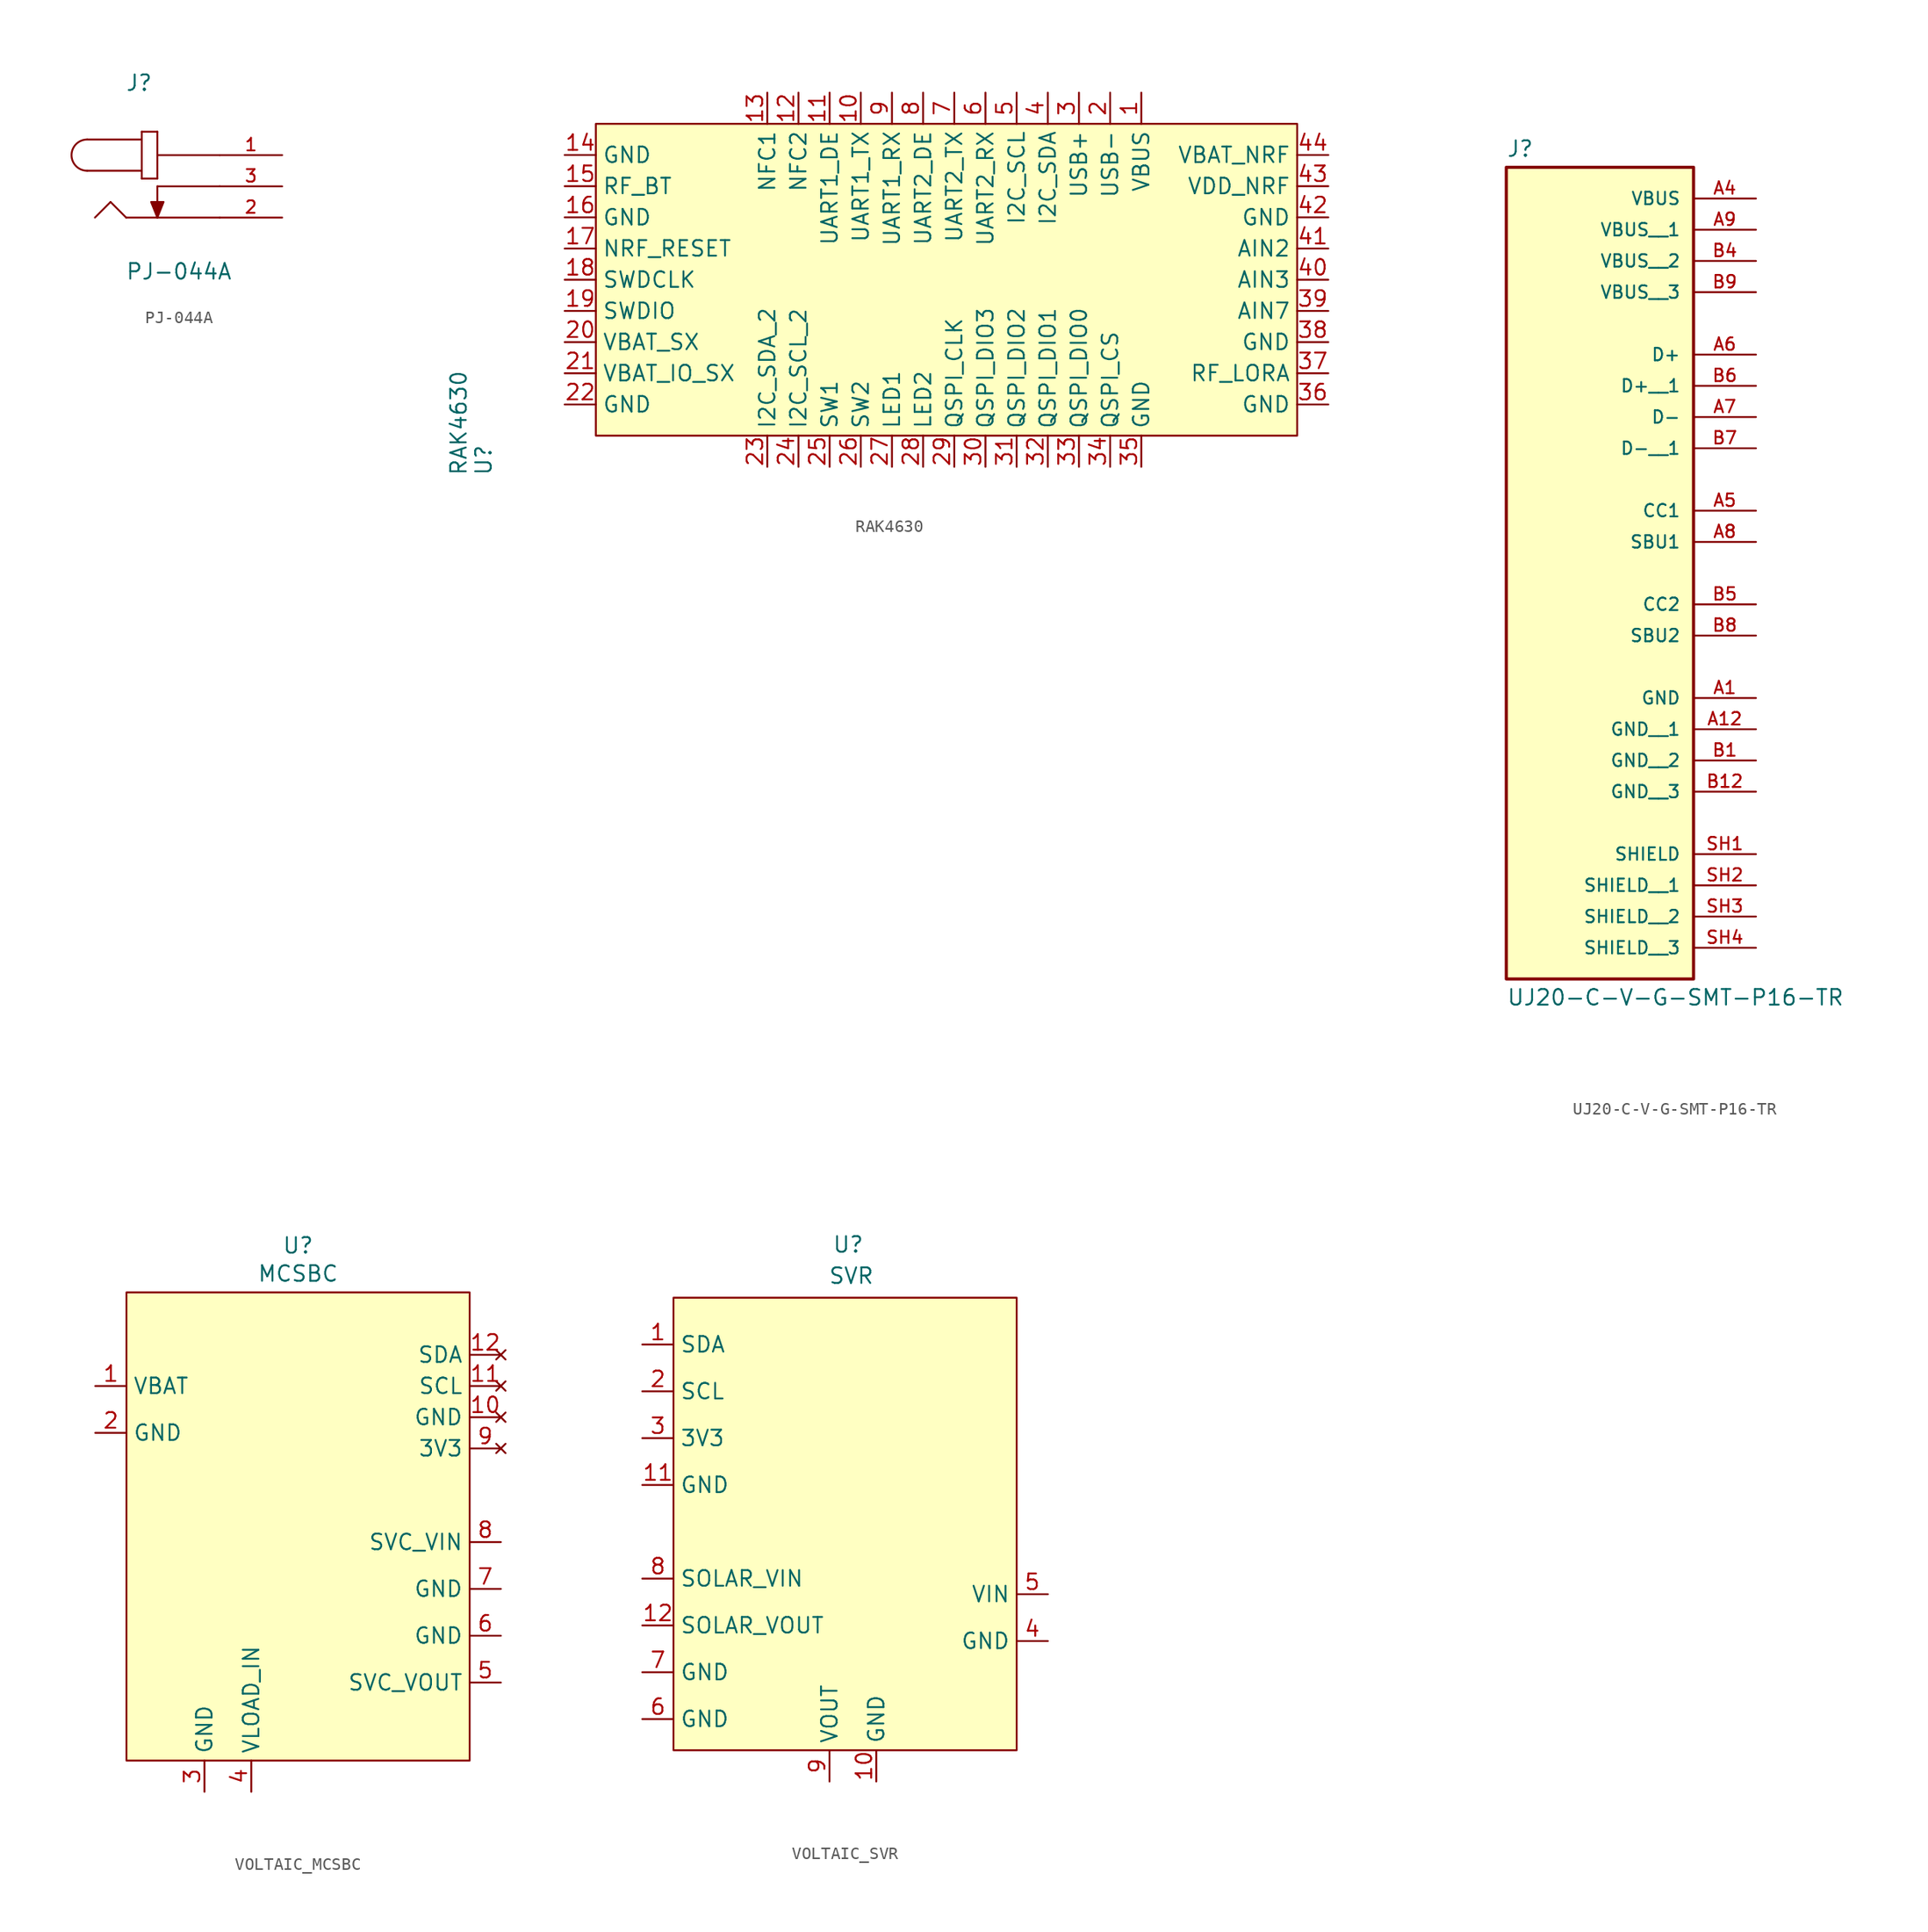
<source format=kicad_sym>
(kicad_symbol_lib
  (version 20241209)
  (generator "kicad_symbol_editor")
  (generator_version "9.0")
  (symbol "PJ-044A"
    (pin_names
      (offset 1.016))
    (property "Reference" "J"
      (at -2.612 7.675 0)
      (effects (font (size 1.27 1.27)) (justify left bottom)))
    (property "Value" "PJ-044A"
      (at -2.607 -7.674 0)
      (effects (font (size 1.27 1.27)) (justify left bottom)))
    (symbol "PJ-044A_0_0"
      (polyline (pts (xy -5.715 3.81) (xy -1.27 3.81)) (stroke (width 0.152) (type default)) (fill (type none)))
      (arc (start -5.715 1.27) (mid -6.9794 2.54) (end -5.715 3.81) (stroke (width 0.1524) (type default)) (fill (type none)))
      (polyline (pts (xy -3.81 -1.27) (xy -5.08 -2.54)) (stroke (width 0.152) (type default)) (fill (type none)))
      (polyline (pts (xy -2.54 -2.54) (xy -3.81 -1.27)) (stroke (width 0.152) (type default)) (fill (type none)))
      (polyline (pts (xy -1.27 4.445) (xy -1.27 3.81)) (stroke (width 0.152) (type default)) (fill (type none)))
      (polyline (pts (xy -1.27 3.81) (xy -1.27 1.27)) (stroke (width 0.152) (type default)) (fill (type none)))
      (polyline (pts (xy -1.27 1.27) (xy -5.715 1.27)) (stroke (width 0.152) (type default)) (fill (type none)))
      (polyline (pts (xy -1.27 1.27) (xy -1.27 0.635)) (stroke (width 0.152) (type default)) (fill (type none)))
      (polyline (pts (xy -1.27 0.635) (xy 0 0.635)) (stroke (width 0.152) (type default)) (fill (type none)))
      (polyline (pts (xy 0 4.445) (xy -1.27 4.445)) (stroke (width 0.152) (type default)) (fill (type none)))
      (polyline (pts (xy 0 2.54) (xy 5.08 2.54)) (stroke (width 0.152) (type default)) (fill (type none)))
      (polyline (pts (xy 0 0.635) (xy 0 4.445)) (stroke (width 0.152) (type default)) (fill (type none)))
      (polyline (pts (xy 0 0) (xy 0 -2.54)) (stroke (width 0.152) (type default)) (fill (type none)))
      (polyline (pts (xy 0 0) (xy 5.08 0)) (stroke (width 0.152) (type default)) (fill (type none)))
      (polyline (pts (xy 0 -2.54) (xy -0.508 -1.27) (xy 0.508 -1.27) (xy 0 -2.54)) (stroke (width 0.152) (type default)) (fill (type outline)))
      (polyline (pts (xy 5.08 -2.54) (xy -2.54 -2.54)) (stroke (width 0.152) (type default)) (fill (type none)))
      (pin passive line (at 10.16 2.54 180) (length 5.08) (name "~" (effects (font (size 1.016 1.016)))) (number "1" (effects (font (size 1.016 1.016)))))
      (pin passive line (at 10.16 0 180) (length 5.08) (name "~" (effects (font (size 1.016 1.016)))) (number "3" (effects (font (size 1.016 1.016)))))
      (pin passive line (at 10.16 -2.54 180) (length 5.08) (name "~" (effects (font (size 1.016 1.016)))) (number "2" (effects (font (size 1.016 1.016)))))))
  (symbol "RAK4630"
    (property "Reference" "U"
      (at -38.354 -16.002 90)
      (effects (font (size 1.27 1.27)) (justify left)))
    (property "Value" "RAK4630"
      (at -40.386 -16.002 90)
      (effects (font (size 1.27 1.27)) (justify left)))
    (symbol "RAK4630_0_1"
      (rectangle (start -29.21 12.7) (end 27.94 -12.7) (stroke (width 0) (type default)) (fill (type background))))
    (symbol "RAK4630_1_0"
      (pin power_in line (at -31.75 10.16 0) (length 2.54) (name "GND" (effects (font (size 1.27 1.27)))) (number "14" (effects (font (size 1.27 1.27)))))
      (pin power_in line (at -31.75 5.08 0) (length 2.54) (name "GND" (effects (font (size 1.27 1.27)))) (number "16" (effects (font (size 1.27 1.27)))))
      (pin bidirectional line (at -31.75 2.54 0) (length 2.54) (name "NRF_RESET" (effects (font (size 1.27 1.27)))) (number "17" (effects (font (size 1.27 1.27)))))
      (pin bidirectional line (at -31.75 -2.54 0) (length 2.54) (name "SWDIO" (effects (font (size 1.27 1.27)))) (number "19" (effects (font (size 1.27 1.27)))))
      (pin power_in line (at -31.75 -5.08 0) (length 2.54) (name "VBAT_SX" (effects (font (size 1.27 1.27)))) (number "20" (effects (font (size 1.27 1.27)))))
      (pin power_in line (at -31.75 -7.62 0) (length 2.54) (name "VBAT_IO_SX" (effects (font (size 1.27 1.27)))) (number "21" (effects (font (size 1.27 1.27)))))
      (pin power_in line (at -31.75 -10.16 0) (length 2.54) (name "GND" (effects (font (size 1.27 1.27)))) (number "22" (effects (font (size 1.27 1.27)))))
      (pin bidirectional line (at -12.7 15.24 270) (length 2.54) (name "NFC2" (effects (font (size 1.27 1.27)))) (number "12" (effects (font (size 1.27 1.27)))))
      (pin bidirectional line (at -12.7 -15.24 90) (length 2.54) (name "I2C_SCL_2" (effects (font (size 1.27 1.27)))) (number "24" (effects (font (size 1.27 1.27)))))
      (pin bidirectional line (at -10.16 15.24 270) (length 2.54) (name "UART1_DE" (effects (font (size 1.27 1.27)))) (number "11" (effects (font (size 1.27 1.27)))))
      (pin bidirectional line (at -10.16 -15.24 90) (length 2.54) (name "SW1" (effects (font (size 1.27 1.27)))) (number "25" (effects (font (size 1.27 1.27)))))
      (pin bidirectional line (at -7.62 15.24 270) (length 2.54) (name "UART1_TX" (effects (font (size 1.27 1.27)))) (number "10" (effects (font (size 1.27 1.27)))))
      (pin bidirectional line (at -7.62 -15.24 90) (length 2.54) (name "SW2" (effects (font (size 1.27 1.27)))) (number "26" (effects (font (size 1.27 1.27)))))
      (pin bidirectional line (at -2.54 15.24 270) (length 2.54) (name "UART2_DE" (effects (font (size 1.27 1.27)))) (number "8" (effects (font (size 1.27 1.27)))))
      (pin bidirectional line (at -2.54 -15.24 90) (length 2.54) (name "LED2" (effects (font (size 1.27 1.27)))) (number "28" (effects (font (size 1.27 1.27)))))
      (pin bidirectional line (at 0 15.24 270) (length 2.54) (name "UART2_TX" (effects (font (size 1.27 1.27)))) (number "7" (effects (font (size 1.27 1.27)))))
      (pin bidirectional line (at 0 -15.24 90) (length 2.54) (name "QSPI_CLK" (effects (font (size 1.27 1.27)))) (number "29" (effects (font (size 1.27 1.27)))))
      (pin bidirectional line (at 2.54 15.24 270) (length 2.54) (name "UART2_RX" (effects (font (size 1.27 1.27)))) (number "6" (effects (font (size 1.27 1.27)))))
      (pin bidirectional line (at 2.54 -15.24 90) (length 2.54) (name "QSPI_DIO3" (effects (font (size 1.27 1.27)))) (number "30" (effects (font (size 1.27 1.27)))))
      (pin bidirectional line (at 7.62 15.24 270) (length 2.54) (name "I2C_SDA" (effects (font (size 1.27 1.27)))) (number "4" (effects (font (size 1.27 1.27)))))
      (pin bidirectional line (at 7.62 -15.24 90) (length 2.54) (name "QSPI_DIO1" (effects (font (size 1.27 1.27)))) (number "32" (effects (font (size 1.27 1.27)))))
      (pin bidirectional line (at 10.16 15.24 270) (length 2.54) (name "USB+" (effects (font (size 1.27 1.27)))) (number "3" (effects (font (size 1.27 1.27)))))
      (pin bidirectional line (at 10.16 -15.24 90) (length 2.54) (name "QSPI_DIO0" (effects (font (size 1.27 1.27)))) (number "33" (effects (font (size 1.27 1.27)))))
      (pin bidirectional line (at 12.7 15.24 270) (length 2.54) (name "USB-" (effects (font (size 1.27 1.27)))) (number "2" (effects (font (size 1.27 1.27)))))
      (pin bidirectional line (at 12.7 -15.24 90) (length 2.54) (name "QSPI_CS" (effects (font (size 1.27 1.27)))) (number "34" (effects (font (size 1.27 1.27)))))
      (pin passive line (at 15.24 15.24 270) (length 2.54) (name "VBUS" (effects (font (size 1.27 1.27)))) (number "1" (effects (font (size 1.27 1.27)))))
      (pin power_in line (at 15.24 -15.24 90) (length 2.54) (name "GND" (effects (font (size 1.27 1.27)))) (number "35" (effects (font (size 1.27 1.27)))))
      (pin passive line (at 30.48 10.16 180) (length 2.54) (name "VBAT_NRF" (effects (font (size 1.27 1.27)))) (number "44" (effects (font (size 1.27 1.27)))))
      (pin power_in line (at 30.48 5.08 180) (length 2.54) (name "GND" (effects (font (size 1.27 1.27)))) (number "42" (effects (font (size 1.27 1.27)))))
      (pin bidirectional line (at 30.48 2.54 180) (length 2.54) (name "AIN2" (effects (font (size 1.27 1.27)))) (number "41" (effects (font (size 1.27 1.27)))))
      (pin bidirectional line (at 30.48 -2.54 180) (length 2.54) (name "AIN7" (effects (font (size 1.27 1.27)))) (number "39" (effects (font (size 1.27 1.27)))))
      (pin power_in line (at 30.48 -5.08 180) (length 2.54) (name "GND" (effects (font (size 1.27 1.27)))) (number "38" (effects (font (size 1.27 1.27)))))
      (pin bidirectional line (at 30.48 -7.62 180) (length 2.54) (name "RF_LORA" (effects (font (size 1.27 1.27)))) (number "37" (effects (font (size 1.27 1.27)))))
      (pin power_in line (at 30.48 -10.16 180) (length 2.54) (name "GND" (effects (font (size 1.27 1.27)))) (number "36" (effects (font (size 1.27 1.27))))))
    (symbol "RAK4630_1_1"
      (pin bidirectional line (at -31.75 7.62 0) (length 2.54) (name "RF_BT" (effects (font (size 1.27 1.27)))) (number "15" (effects (font (size 1.27 1.27)))))
      (pin bidirectional line (at -31.75 0 0) (length 2.54) (name "SWDCLK" (effects (font (size 1.27 1.27)))) (number "18" (effects (font (size 1.27 1.27)))))
      (pin bidirectional line (at -15.24 15.24 270) (length 2.54) (name "NFC1" (effects (font (size 1.27 1.27)))) (number "13" (effects (font (size 1.27 1.27)))))
      (pin bidirectional line (at -15.24 -15.24 90) (length 2.54) (name "I2C_SDA_2" (effects (font (size 1.27 1.27)))) (number "23" (effects (font (size 1.27 1.27)))))
      (pin bidirectional line (at -5.08 15.24 270) (length 2.54) (name "UART1_RX" (effects (font (size 1.27 1.27)))) (number "9" (effects (font (size 1.27 1.27)))))
      (pin bidirectional line (at -5.08 -15.24 90) (length 2.54) (name "LED1" (effects (font (size 1.27 1.27)))) (number "27" (effects (font (size 1.27 1.27)))))
      (pin bidirectional line (at 5.08 15.24 270) (length 2.54) (name "I2C_SCL" (effects (font (size 1.27 1.27)))) (number "5" (effects (font (size 1.27 1.27)))))
      (pin bidirectional line (at 5.08 -15.24 90) (length 2.54) (name "QSPI_DIO2" (effects (font (size 1.27 1.27)))) (number "31" (effects (font (size 1.27 1.27)))))
      (pin passive line (at 30.48 7.62 180) (length 2.54) (name "VDD_NRF" (effects (font (size 1.27 1.27)))) (number "43" (effects (font (size 1.27 1.27)))))
      (pin bidirectional line (at 30.48 0 180) (length 2.54) (name "AIN3" (effects (font (size 1.27 1.27)))) (number "40" (effects (font (size 1.27 1.27)))))))
  (symbol "UJ20-C-V-G-SMT-P16-TR"
    (pin_names
      (offset 1.016))
    (property "Reference" "J"
      (at -7.62 18.542 0)
      (effects (font (size 1.27 1.27)) (justify left bottom)))
    (property "Value" "UJ20-C-V-G-SMT-P16-TR"
      (at -7.62 -49.022 0)
      (effects (font (size 1.27 1.27)) (justify left top)))
    (symbol "UJ20-C-V-G-SMT-P16-TR_0_0"
      (rectangle (start -7.62 -48.26) (end 7.62 17.78) (stroke (width 0.254) (type default)) (fill (type background)))
      (pin power_in line (at 12.7 15.24 180) (length 5.08) (name "VBUS" (effects (font (size 1.016 1.016)))) (number "A4" (effects (font (size 1.016 1.016)))))
      (pin power_in line (at 12.7 12.7 180) (length 5.08) (name "VBUS__1" (effects (font (size 1.016 1.016)))) (number "A9" (effects (font (size 1.016 1.016)))))
      (pin power_in line (at 12.7 10.16 180) (length 5.08) (name "VBUS__2" (effects (font (size 1.016 1.016)))) (number "B4" (effects (font (size 1.016 1.016)))))
      (pin power_in line (at 12.7 7.62 180) (length 5.08) (name "VBUS__3" (effects (font (size 1.016 1.016)))) (number "B9" (effects (font (size 1.016 1.016)))))
      (pin passive line (at 12.7 2.54 180) (length 5.08) (name "D+" (effects (font (size 1.016 1.016)))) (number "A6" (effects (font (size 1.016 1.016)))))
      (pin passive line (at 12.7 0 180) (length 5.08) (name "D+__1" (effects (font (size 1.016 1.016)))) (number "B6" (effects (font (size 1.016 1.016)))))
      (pin passive line (at 12.7 -2.54 180) (length 5.08) (name "D-" (effects (font (size 1.016 1.016)))) (number "A7" (effects (font (size 1.016 1.016)))))
      (pin passive line (at 12.7 -5.08 180) (length 5.08) (name "D-__1" (effects (font (size 1.016 1.016)))) (number "B7" (effects (font (size 1.016 1.016)))))
      (pin passive line (at 12.7 -10.16 180) (length 5.08) (name "CC1" (effects (font (size 1.016 1.016)))) (number "A5" (effects (font (size 1.016 1.016)))))
      (pin passive line (at 12.7 -12.7 180) (length 5.08) (name "SBU1" (effects (font (size 1.016 1.016)))) (number "A8" (effects (font (size 1.016 1.016)))))
      (pin passive line (at 12.7 -17.78 180) (length 5.08) (name "CC2" (effects (font (size 1.016 1.016)))) (number "B5" (effects (font (size 1.016 1.016)))))
      (pin passive line (at 12.7 -20.32 180) (length 5.08) (name "SBU2" (effects (font (size 1.016 1.016)))) (number "B8" (effects (font (size 1.016 1.016)))))
      (pin power_in line (at 12.7 -25.4 180) (length 5.08) (name "GND" (effects (font (size 1.016 1.016)))) (number "A1" (effects (font (size 1.016 1.016)))))
      (pin power_in line (at 12.7 -27.94 180) (length 5.08) (name "GND__1" (effects (font (size 1.016 1.016)))) (number "A12" (effects (font (size 1.016 1.016)))))
      (pin power_in line (at 12.7 -30.48 180) (length 5.08) (name "GND__2" (effects (font (size 1.016 1.016)))) (number "B1" (effects (font (size 1.016 1.016)))))
      (pin power_in line (at 12.7 -33.02 180) (length 5.08) (name "GND__3" (effects (font (size 1.016 1.016)))) (number "B12" (effects (font (size 1.016 1.016)))))
      (pin passive line (at 12.7 -38.1 180) (length 5.08) (name "SHIELD" (effects (font (size 1.016 1.016)))) (number "SH1" (effects (font (size 1.016 1.016)))))
      (pin passive line (at 12.7 -40.64 180) (length 5.08) (name "SHIELD__1" (effects (font (size 1.016 1.016)))) (number "SH2" (effects (font (size 1.016 1.016)))))
      (pin passive line (at 12.7 -43.18 180) (length 5.08) (name "SHIELD__2" (effects (font (size 1.016 1.016)))) (number "SH3" (effects (font (size 1.016 1.016)))))
      (pin passive line (at 12.7 -45.72 180) (length 5.08) (name "SHIELD__3" (effects (font (size 1.016 1.016)))) (number "SH4" (effects (font (size 1.016 1.016)))))))
  (symbol "VOLTAIC_MCSBC"
    (property "Reference" "U"
      (at 13.97 3.81 0)
      (effects (font (size 1.27 1.27))))
    (property "Value" "MCSBC"
      (at 13.97 1.524 0)
      (effects (font (size 1.27 1.27))))
    (symbol "VOLTAIC_MCSBC_0_1"
      (rectangle (start 0 0) (end 27.94 -38.1) (stroke (width 0) (type default)) (fill (type background))))
    (symbol "VOLTAIC_MCSBC_1_0"
      (pin no_connect line (at 30.48 -5.08 180) (length 2.54) (name "SDA" (effects (font (size 1.27 1.27)))) (number "12" (effects (font (size 1.27 1.27)))))
      (pin no_connect line (at 30.48 -7.62 180) (length 2.54) (name "SCL" (effects (font (size 1.27 1.27)))) (number "11" (effects (font (size 1.27 1.27)))))
      (pin no_connect line (at 30.48 -12.7 180) (length 2.54) (name "3V3" (effects (font (size 1.27 1.27)))) (number "9" (effects (font (size 1.27 1.27))))))
    (symbol "VOLTAIC_MCSBC_1_1"
      (pin power_in line (at -2.54 -7.62 0) (length 2.54) (name "VBAT" (effects (font (size 1.27 1.27)))) (number "1" (effects (font (size 1.27 1.27)))))
      (pin power_in line (at -2.54 -11.43 0) (length 2.54) (name "GND" (effects (font (size 1.27 1.27)))) (number "2" (effects (font (size 1.27 1.27)))))
      (pin power_in line (at 6.35 -40.64 90) (length 2.54) (name "GND" (effects (font (size 1.27 1.27)))) (number "3" (effects (font (size 1.27 1.27)))))
      (pin power_in line (at 10.16 -40.64 90) (length 2.54) (name "VLOAD_IN" (effects (font (size 1.27 1.27)))) (number "4" (effects (font (size 1.27 1.27)))))
      (pin no_connect line (at 30.48 -10.16 180) (length 2.54) (name "GND" (effects (font (size 1.27 1.27)))) (number "10" (effects (font (size 1.27 1.27)))))
      (pin power_in line (at 30.48 -20.32 180) (length 2.54) (name "SVC_VIN" (effects (font (size 1.27 1.27)))) (number "8" (effects (font (size 1.27 1.27)))))
      (pin power_in line (at 30.48 -24.13 180) (length 2.54) (name "GND" (effects (font (size 1.27 1.27)))) (number "7" (effects (font (size 1.27 1.27)))))
      (pin power_in line (at 30.48 -27.94 180) (length 2.54) (name "GND" (effects (font (size 1.27 1.27)))) (number "6" (effects (font (size 1.27 1.27)))))
      (pin power_out line (at 30.48 -31.75 180) (length 2.54) (name "SVC_VOUT" (effects (font (size 1.27 1.27)))) (number "5" (effects (font (size 1.27 1.27)))))))
  (symbol "VOLTAIC_SVR"
    (property "Reference" "U"
      (at 14.224 4.318 0)
      (effects (font (size 1.27 1.27))))
    (property "Value" "SVR"
      (at 14.478 1.778 0)
      (effects (font (size 1.27 1.27))))
    (symbol "VOLTAIC_SVR_0_1"
      (rectangle (start 0 0) (end 27.94 -36.83) (stroke (width 0) (type default)) (fill (type background))))
    (symbol "VOLTAIC_SVR_1_0"
      (pin bidirectional line (at -2.54 -3.81 0) (length 2.54) (name "SDA" (effects (font (size 1.27 1.27)))) (number "1" (effects (font (size 1.27 1.27)))))
      (pin input line (at -2.54 -7.62 0) (length 2.54) (name "SCL" (effects (font (size 1.27 1.27)))) (number "2" (effects (font (size 1.27 1.27)))))
      (pin power_in line (at -2.54 -11.43 0) (length 2.54) (name "3V3" (effects (font (size 1.27 1.27)))) (number "3" (effects (font (size 1.27 1.27))))))
    (symbol "VOLTAIC_SVR_1_1"
      (pin power_in line (at -2.54 -15.24 0) (length 2.54) (name "GND" (effects (font (size 1.27 1.27)))) (number "11" (effects (font (size 1.27 1.27)))))
      (pin power_in line (at -2.54 -22.86 0) (length 2.54) (name "SOLAR_VIN" (effects (font (size 1.27 1.27)))) (number "8" (effects (font (size 1.27 1.27)))))
      (pin power_out line (at -2.54 -26.67 0) (length 2.54) (name "SOLAR_VOUT" (effects (font (size 1.27 1.27)))) (number "12" (effects (font (size 1.27 1.27)))))
      (pin power_in line (at -2.54 -30.48 0) (length 2.54) (name "GND" (effects (font (size 1.27 1.27)))) (number "7" (effects (font (size 1.27 1.27)))))
      (pin power_in line (at -2.54 -34.29 0) (length 2.54) (name "GND" (effects (font (size 1.27 1.27)))) (number "6" (effects (font (size 1.27 1.27)))))
      (pin power_out line (at 12.7 -39.37 90) (length 2.54) (name "VOUT" (effects (font (size 1.27 1.27)))) (number "9" (effects (font (size 1.27 1.27)))))
      (pin power_in line (at 16.51 -39.37 90) (length 2.54) (name "GND" (effects (font (size 1.27 1.27)))) (number "10" (effects (font (size 1.27 1.27)))))
      (pin power_in line (at 30.48 -24.13 180) (length 2.54) (name "VIN" (effects (font (size 1.27 1.27)))) (number "5" (effects (font (size 1.27 1.27)))))
      (pin power_in line (at 30.48 -27.94 180) (length 2.54) (name "GND" (effects (font (size 1.27 1.27)))) (number "4" (effects (font (size 1.27 1.27))))))))
</source>
